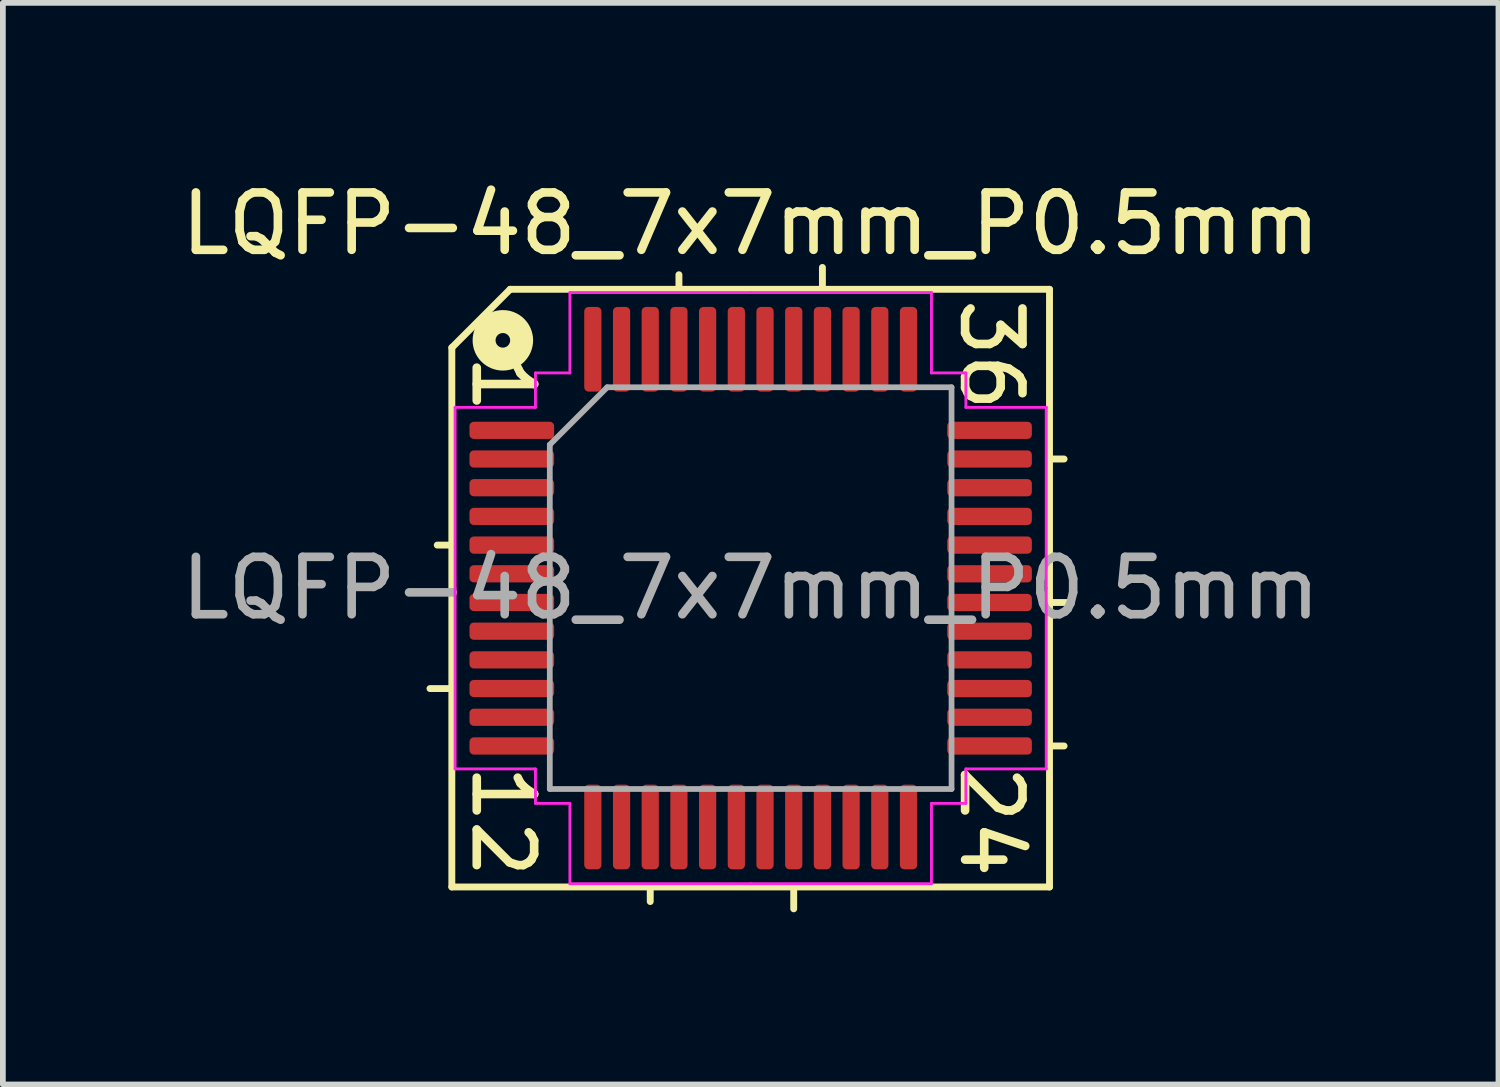
<source format=kicad_pcb>
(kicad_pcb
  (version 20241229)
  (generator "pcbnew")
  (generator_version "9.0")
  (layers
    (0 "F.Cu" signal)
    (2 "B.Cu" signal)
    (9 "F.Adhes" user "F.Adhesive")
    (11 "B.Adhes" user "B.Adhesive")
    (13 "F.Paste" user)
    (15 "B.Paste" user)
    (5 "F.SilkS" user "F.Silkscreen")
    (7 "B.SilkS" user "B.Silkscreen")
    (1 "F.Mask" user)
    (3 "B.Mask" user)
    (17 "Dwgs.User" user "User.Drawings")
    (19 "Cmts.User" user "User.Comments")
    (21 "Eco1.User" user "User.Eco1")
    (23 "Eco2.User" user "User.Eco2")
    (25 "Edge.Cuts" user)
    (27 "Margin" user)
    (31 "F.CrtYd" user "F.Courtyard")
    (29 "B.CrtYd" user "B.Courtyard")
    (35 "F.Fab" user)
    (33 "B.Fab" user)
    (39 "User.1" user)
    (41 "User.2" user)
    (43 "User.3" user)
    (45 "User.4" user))
  (footprint "LQFP-48_7x7mm_P0.5mm"
    (layer "F.Cu")
    (at 10.03 7.198)
    (property "Reference" "LQFP-48_7x7mm_P0.5mm" (at 0 -6.35 0) (layer "F.SilkS") (effects (font (size 1 1) (thickness 0.15))))
    (attr smd)
    (fp_line (start -5.207 -4.191) (end -5.207 5.207) (stroke (width 0.12) (type solid)) (layer "F.SilkS"))
    (fp_line (start -5.207 -0.75) (end -5.461 -0.75) (stroke (width 0.12) (type solid)) (layer "F.SilkS"))
    (fp_line (start -5.207 1.75) (end -5.588 1.75) (stroke (width 0.12) (type solid)) (layer "F.SilkS"))
    (fp_line (start -5.207 5.207) (end 5.207 5.207) (stroke (width 0.12) (type solid)) (layer "F.SilkS"))
    (fp_line (start -4.191 -5.207) (end -5.207 -4.191) (stroke (width 0.12) (type solid)) (layer "F.SilkS"))
    (fp_line (start -1.75 5.207) (end -1.75 5.461) (stroke (width 0.12) (type solid)) (layer "F.SilkS"))
    (fp_line (start -1.25 -5.207) (end -1.25 -5.461) (stroke (width 0.12) (type solid)) (layer "F.SilkS"))
    (fp_line (start 0.75 5.207) (end 0.75 5.588) (stroke (width 0.12) (type solid)) (layer "F.SilkS"))
    (fp_line (start 1.25 -5.207) (end 1.25 -5.588) (stroke (width 0.12) (type solid)) (layer "F.SilkS"))
    (fp_line (start 5.207 -5.207) (end -4.191 -5.207) (stroke (width 0.12) (type solid)) (layer "F.SilkS"))
    (fp_line (start 5.207 -2.25) (end 5.461 -2.25) (stroke (width 0.12) (type solid)) (layer "F.SilkS"))
    (fp_line (start 5.207 0.25) (end 5.588 0.25) (stroke (width 0.12) (type solid)) (layer "F.SilkS"))
    (fp_line (start 5.207 2.75) (end 5.461 2.75) (stroke (width 0.12) (type solid)) (layer "F.SilkS"))
    (fp_line (start 5.207 5.207) (end 5.207 -5.207) (stroke (width 0.12) (type solid)) (layer "F.SilkS"))
    (fp_circle (center -4.318 -4.318) (end -4.191 -4.318) (stroke (width 0.4) (type solid)) (fill no) (layer "F.SilkS"))
    (fp_line (start -5.15 -3.15) (end -5.15 0) (stroke (width 0.05) (type solid)) (layer "F.CrtYd"))
    (fp_line (start -5.15 3.15) (end -5.15 0) (stroke (width 0.05) (type solid)) (layer "F.CrtYd"))
    (fp_line (start -3.75 -3.75) (end -3.75 -3.15) (stroke (width 0.05) (type solid)) (layer "F.CrtYd"))
    (fp_line (start -3.75 -3.15) (end -5.15 -3.15) (stroke (width 0.05) (type solid)) (layer "F.CrtYd"))
    (fp_line (start -3.75 3.15) (end -5.15 3.15) (stroke (width 0.05) (type solid)) (layer "F.CrtYd"))
    (fp_line (start -3.75 3.75) (end -3.75 3.15) (stroke (width 0.05) (type solid)) (layer "F.CrtYd"))
    (fp_line (start -3.15 -5.15) (end -3.15 -3.75) (stroke (width 0.05) (type solid)) (layer "F.CrtYd"))
    (fp_line (start -3.15 -3.75) (end -3.75 -3.75) (stroke (width 0.05) (type solid)) (layer "F.CrtYd"))
    (fp_line (start -3.15 3.75) (end -3.75 3.75) (stroke (width 0.05) (type solid)) (layer "F.CrtYd"))
    (fp_line (start -3.15 5.15) (end -3.15 3.75) (stroke (width 0.05) (type solid)) (layer "F.CrtYd"))
    (fp_line (start 0 -5.15) (end -3.15 -5.15) (stroke (width 0.05) (type solid)) (layer "F.CrtYd"))
    (fp_line (start 0 -5.15) (end 3.15 -5.15) (stroke (width 0.05) (type solid)) (layer "F.CrtYd"))
    (fp_line (start 0 5.15) (end -3.15 5.15) (stroke (width 0.05) (type solid)) (layer "F.CrtYd"))
    (fp_line (start 0 5.15) (end 3.15 5.15) (stroke (width 0.05) (type solid)) (layer "F.CrtYd"))
    (fp_line (start 3.15 -5.15) (end 3.15 -3.75) (stroke (width 0.05) (type solid)) (layer "F.CrtYd"))
    (fp_line (start 3.15 -3.75) (end 3.75 -3.75) (stroke (width 0.05) (type solid)) (layer "F.CrtYd"))
    (fp_line (start 3.15 3.75) (end 3.75 3.75) (stroke (width 0.05) (type solid)) (layer "F.CrtYd"))
    (fp_line (start 3.15 5.15) (end 3.15 3.75) (stroke (width 0.05) (type solid)) (layer "F.CrtYd"))
    (fp_line (start 3.75 -3.75) (end 3.75 -3.15) (stroke (width 0.05) (type solid)) (layer "F.CrtYd"))
    (fp_line (start 3.75 -3.15) (end 5.15 -3.15) (stroke (width 0.05) (type solid)) (layer "F.CrtYd"))
    (fp_line (start 3.75 3.15) (end 5.15 3.15) (stroke (width 0.05) (type solid)) (layer "F.CrtYd"))
    (fp_line (start 3.75 3.75) (end 3.75 3.15) (stroke (width 0.05) (type solid)) (layer "F.CrtYd"))
    (fp_line (start 5.15 -3.15) (end 5.15 0) (stroke (width 0.05) (type solid)) (layer "F.CrtYd"))
    (fp_line (start 5.15 3.15) (end 5.15 0) (stroke (width 0.05) (type solid)) (layer "F.CrtYd"))
    (fp_line (start -3.5 -2.5) (end -2.5 -3.5) (stroke (width 0.1) (type solid)) (layer "F.Fab"))
    (fp_line (start -3.5 3.5) (end -3.5 -2.5) (stroke (width 0.1) (type solid)) (layer "F.Fab"))
    (fp_line (start -2.5 -3.5) (end 3.5 -3.5) (stroke (width 0.1) (type solid)) (layer "F.Fab"))
    (fp_line (start 3.5 -3.5) (end 3.5 3.5) (stroke (width 0.1) (type solid)) (layer "F.Fab"))
    (fp_line (start 3.5 3.5) (end -3.5 3.5) (stroke (width 0.1) (type solid)) (layer "F.Fab"))
    (fp_text user "24" (at 4.191 4.064 270) (unlocked yes) (layer "F.SilkS") (effects (font (size 1 1) (thickness 0.15))))
    (fp_text user "12" (at -4.318 4.064 270) (unlocked yes) (layer "F.SilkS") (effects (font (size 1 1) (thickness 0.15))))
    (fp_text user "1" (at -4.318 -3.556 270) (unlocked yes) (layer "F.SilkS") (effects (font (size 1 1) (thickness 0.15))))
    (fp_text user "36" (at 4.191 -4.064 270) (unlocked yes) (layer "F.SilkS") (effects (font (size 1 1) (thickness 0.15))))
    (fp_text user "${REFERENCE}" (at 0 0 0) (layer "F.Fab") (effects (font (size 1 1) (thickness 0.15))))
    (pad "1" smd roundrect (at -4.162 -2.75) (size 1.475 0.3) (layers "F.Cu" "F.Mask" "F.Paste") (roundrect_rratio 0.25))
    (pad "2" smd roundrect (at -4.162 -2.25) (size 1.475 0.3) (layers "F.Cu" "F.Mask" "F.Paste") (roundrect_rratio 0.25))
    (pad "3" smd roundrect (at -4.162 -1.75) (size 1.475 0.3) (layers "F.Cu" "F.Mask" "F.Paste") (roundrect_rratio 0.25))
    (pad "4" smd roundrect (at -4.162 -1.25) (size 1.475 0.3) (layers "F.Cu" "F.Mask" "F.Paste") (roundrect_rratio 0.25))
    (pad "5" smd roundrect (at -4.162 -0.75) (size 1.475 0.3) (layers "F.Cu" "F.Mask" "F.Paste") (roundrect_rratio 0.25))
    (pad "6" smd roundrect (at -4.162 -0.25) (size 1.475 0.3) (layers "F.Cu" "F.Mask" "F.Paste") (roundrect_rratio 0.25))
    (pad "7" smd roundrect (at -4.162 0.25) (size 1.475 0.3) (layers "F.Cu" "F.Mask" "F.Paste") (roundrect_rratio 0.25))
    (pad "8" smd roundrect (at -4.162 0.75) (size 1.475 0.3) (layers "F.Cu" "F.Mask" "F.Paste") (roundrect_rratio 0.25))
    (pad "9" smd roundrect (at -4.162 1.25) (size 1.475 0.3) (layers "F.Cu" "F.Mask" "F.Paste") (roundrect_rratio 0.25))
    (pad "10" smd roundrect (at -4.162 1.75) (size 1.475 0.3) (layers "F.Cu" "F.Mask" "F.Paste") (roundrect_rratio 0.25))
    (pad "11" smd roundrect (at -4.162 2.25) (size 1.475 0.3) (layers "F.Cu" "F.Mask" "F.Paste") (roundrect_rratio 0.25))
    (pad "12" smd roundrect (at -4.162 2.75) (size 1.475 0.3) (layers "F.Cu" "F.Mask" "F.Paste") (roundrect_rratio 0.25))
    (pad "13" smd roundrect (at -2.75 4.162) (size 0.3 1.475) (layers "F.Cu" "F.Mask" "F.Paste") (roundrect_rratio 0.25))
    (pad "14" smd roundrect (at -2.25 4.162) (size 0.3 1.475) (layers "F.Cu" "F.Mask" "F.Paste") (roundrect_rratio 0.25))
    (pad "15" smd roundrect (at -1.75 4.162) (size 0.3 1.475) (layers "F.Cu" "F.Mask" "F.Paste") (roundrect_rratio 0.25))
    (pad "16" smd roundrect (at -1.25 4.162) (size 0.3 1.475) (layers "F.Cu" "F.Mask" "F.Paste") (roundrect_rratio 0.25))
    (pad "17" smd roundrect (at -0.75 4.162) (size 0.3 1.475) (layers "F.Cu" "F.Mask" "F.Paste") (roundrect_rratio 0.25))
    (pad "18" smd roundrect (at -0.25 4.162) (size 0.3 1.475) (layers "F.Cu" "F.Mask" "F.Paste") (roundrect_rratio 0.25))
    (pad "19" smd roundrect (at 0.25 4.162) (size 0.3 1.475) (layers "F.Cu" "F.Mask" "F.Paste") (roundrect_rratio 0.25))
    (pad "20" smd roundrect (at 0.75 4.162) (size 0.3 1.475) (layers "F.Cu" "F.Mask" "F.Paste") (roundrect_rratio 0.25))
    (pad "21" smd roundrect (at 1.25 4.162) (size 0.3 1.475) (layers "F.Cu" "F.Mask" "F.Paste") (roundrect_rratio 0.25))
    (pad "22" smd roundrect (at 1.75 4.162) (size 0.3 1.475) (layers "F.Cu" "F.Mask" "F.Paste") (roundrect_rratio 0.25))
    (pad "23" smd roundrect (at 2.25 4.162) (size 0.3 1.475) (layers "F.Cu" "F.Mask" "F.Paste") (roundrect_rratio 0.25))
    (pad "24" smd roundrect (at 2.75 4.162) (size 0.3 1.475) (layers "F.Cu" "F.Mask" "F.Paste") (roundrect_rratio 0.25))
    (pad "25" smd roundrect (at 4.162 2.75) (size 1.475 0.3) (layers "F.Cu" "F.Mask" "F.Paste") (roundrect_rratio 0.25))
    (pad "26" smd roundrect (at 4.162 2.25) (size 1.475 0.3) (layers "F.Cu" "F.Mask" "F.Paste") (roundrect_rratio 0.25))
    (pad "27" smd roundrect (at 4.162 1.75) (size 1.475 0.3) (layers "F.Cu" "F.Mask" "F.Paste") (roundrect_rratio 0.25))
    (pad "28" smd roundrect (at 4.162 1.25) (size 1.475 0.3) (layers "F.Cu" "F.Mask" "F.Paste") (roundrect_rratio 0.25))
    (pad "29" smd roundrect (at 4.162 0.75) (size 1.475 0.3) (layers "F.Cu" "F.Mask" "F.Paste") (roundrect_rratio 0.25))
    (pad "30" smd roundrect (at 4.162 0.25) (size 1.475 0.3) (layers "F.Cu" "F.Mask" "F.Paste") (roundrect_rratio 0.25))
    (pad "31" smd roundrect (at 4.162 -0.25) (size 1.475 0.3) (layers "F.Cu" "F.Mask" "F.Paste") (roundrect_rratio 0.25))
    (pad "32" smd roundrect (at 4.162 -0.75) (size 1.475 0.3) (layers "F.Cu" "F.Mask" "F.Paste") (roundrect_rratio 0.25))
    (pad "33" smd roundrect (at 4.162 -1.25) (size 1.475 0.3) (layers "F.Cu" "F.Mask" "F.Paste") (roundrect_rratio 0.25))
    (pad "34" smd roundrect (at 4.162 -1.75) (size 1.475 0.3) (layers "F.Cu" "F.Mask" "F.Paste") (roundrect_rratio 0.25))
    (pad "35" smd roundrect (at 4.162 -2.25) (size 1.475 0.3) (layers "F.Cu" "F.Mask" "F.Paste") (roundrect_rratio 0.25))
    (pad "36" smd roundrect (at 4.162 -2.75) (size 1.475 0.3) (layers "F.Cu" "F.Mask" "F.Paste") (roundrect_rratio 0.25))
    (pad "37" smd roundrect (at 2.75 -4.162) (size 0.3 1.475) (layers "F.Cu" "F.Mask" "F.Paste") (roundrect_rratio 0.25))
    (pad "38" smd roundrect (at 2.25 -4.162) (size 0.3 1.475) (layers "F.Cu" "F.Mask" "F.Paste") (roundrect_rratio 0.25))
    (pad "39" smd roundrect (at 1.75 -4.162) (size 0.3 1.475) (layers "F.Cu" "F.Mask" "F.Paste") (roundrect_rratio 0.25))
    (pad "40" smd roundrect (at 1.25 -4.162) (size 0.3 1.475) (layers "F.Cu" "F.Mask" "F.Paste") (roundrect_rratio 0.25))
    (pad "41" smd roundrect (at 0.75 -4.162) (size 0.3 1.475) (layers "F.Cu" "F.Mask" "F.Paste") (roundrect_rratio 0.25))
    (pad "42" smd roundrect (at 0.25 -4.162) (size 0.3 1.475) (layers "F.Cu" "F.Mask" "F.Paste") (roundrect_rratio 0.25))
    (pad "43" smd roundrect (at -0.25 -4.162) (size 0.3 1.475) (layers "F.Cu" "F.Mask" "F.Paste") (roundrect_rratio 0.25))
    (pad "44" smd roundrect (at -0.75 -4.162) (size 0.3 1.475) (layers "F.Cu" "F.Mask" "F.Paste") (roundrect_rratio 0.25))
    (pad "45" smd roundrect (at -1.25 -4.162) (size 0.3 1.475) (layers "F.Cu" "F.Mask" "F.Paste") (roundrect_rratio 0.25))
    (pad "46" smd roundrect (at -1.75 -4.162) (size 0.3 1.475) (layers "F.Cu" "F.Mask" "F.Paste") (roundrect_rratio 0.25))
    (pad "47" smd roundrect (at -2.25 -4.162) (size 0.3 1.475) (layers "F.Cu" "F.Mask" "F.Paste") (roundrect_rratio 0.25))
    (pad "48" smd roundrect (at -2.75 -4.162) (size 0.3 1.475) (layers "F.Cu" "F.Mask" "F.Paste") (roundrect_rratio 0.25)))
  (gr_rect
    (start -3 -3)
    (end 23.06 15.846)
    (stroke (width 0.1) (type default))
    (fill no)
    (layer "Edge.Cuts")))
</source>
